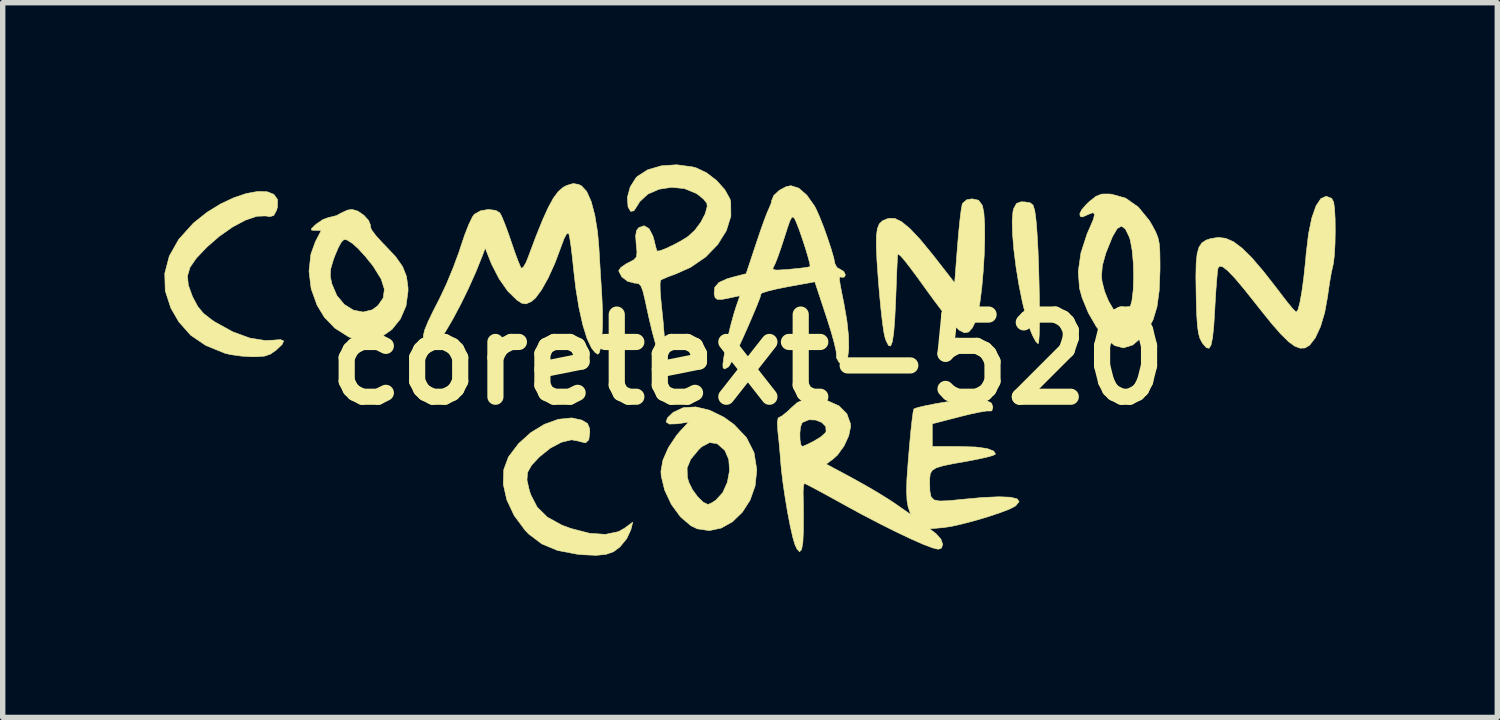
<source format=kicad_pcb>
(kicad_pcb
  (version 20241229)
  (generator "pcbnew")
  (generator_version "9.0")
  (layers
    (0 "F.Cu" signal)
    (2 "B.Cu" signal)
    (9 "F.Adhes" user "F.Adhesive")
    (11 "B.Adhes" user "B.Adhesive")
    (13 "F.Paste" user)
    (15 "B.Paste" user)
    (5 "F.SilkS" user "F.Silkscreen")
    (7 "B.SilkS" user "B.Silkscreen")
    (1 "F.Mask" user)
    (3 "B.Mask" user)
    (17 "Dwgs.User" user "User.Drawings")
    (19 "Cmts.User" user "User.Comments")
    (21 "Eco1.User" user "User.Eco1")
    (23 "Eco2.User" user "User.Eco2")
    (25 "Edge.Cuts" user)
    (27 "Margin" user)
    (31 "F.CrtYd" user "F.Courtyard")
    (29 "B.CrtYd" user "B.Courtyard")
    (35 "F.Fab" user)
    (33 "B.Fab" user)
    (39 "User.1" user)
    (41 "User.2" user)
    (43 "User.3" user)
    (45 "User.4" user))
  (footprint "coretext-520"
    (layer "F.Cu")
    (at 10.817 3.617)
    (property "Reference" "coretext-520" (at 0 0 0) (layer "F.SilkS") (effects (font (size 1.524 1.524) (thickness 0.3))))
    (attr through_hole)
    (fp_poly (pts (xy 5.141 -2.922) (xy 5.236 -2.906) (xy 5.288 -2.863) (xy 5.318 -2.768) (xy 5.334 -2.662) (xy 5.351 -2.503) (xy 5.366 -2.285) (xy 5.38 -2.024) (xy 5.391 -1.736) (xy 5.399 -1.437) (xy 5.405 -1.142) (xy 5.407 -0.868) (xy 5.407 -0.63) (xy 5.402 -0.445) (xy 5.393 -0.327) (xy 5.382 -0.293) (xy 5.339 -0.335) (xy 5.28 -0.444) (xy 5.233 -0.556) (xy 5.158 -0.792) (xy 5.088 -1.077) (xy 5.025 -1.392) (xy 4.972 -1.718) (xy 4.932 -2.036) (xy 4.908 -2.325) (xy 4.901 -2.568) (xy 4.915 -2.744) (xy 4.929 -2.8) (xy 4.982 -2.895) (xy 5.064 -2.925) (xy 5.141 -2.922)) (stroke (width 0.01) (type solid)) (fill yes) (layer "F.SilkS"))
    (fp_poly (pts (xy -3.078 1.123) (xy -2.973 1.186) (xy -2.934 1.28) (xy -2.931 1.346) (xy -2.95 1.489) (xy -3.011 1.545) (xy -3.118 1.519) (xy -3.125 1.515) (xy -3.271 1.488) (xy -3.456 1.533) (xy -3.66 1.64) (xy -3.864 1.803) (xy -3.871 1.81) (xy -4.012 1.961) (xy -4.085 2.092) (xy -4.096 2.235) (xy -4.053 2.422) (xy -4.026 2.505) (xy -3.907 2.736) (xy -3.719 2.921) (xy -3.451 3.069) (xy -3.289 3.13) (xy -2.938 3.221) (xy -2.64 3.241) (xy -2.4 3.191) (xy -2.291 3.13) (xy -2.135 3.015) (xy -2.17 3.156) (xy -2.246 3.32) (xy -2.373 3.475) (xy -2.491 3.563) (xy -2.63 3.612) (xy -2.811 3.63) (xy -3.055 3.619) (xy -3.171 3.608) (xy -3.53 3.539) (xy -3.821 3.418) (xy -4.062 3.236) (xy -4.129 3.167) (xy -4.333 2.892) (xy -4.47 2.601) (xy -4.535 2.312) (xy -4.526 2.041) (xy -4.44 1.807) (xy -4.253 1.56) (xy -4.025 1.354) (xy -3.772 1.2) (xy -3.513 1.107) (xy -3.266 1.082) (xy -3.078 1.123)) (stroke (width 0.01) (type solid)) (fill yes) (layer "F.SilkS"))
    (fp_poly (pts (xy -8.915 -3.112) (xy -8.789 -3.063) (xy -8.721 -2.968) (xy -8.722 -2.827) (xy -8.742 -2.762) (xy -8.791 -2.672) (xy -8.862 -2.65) (xy -8.943 -2.663) (xy -9.107 -2.657) (xy -9.317 -2.585) (xy -9.555 -2.458) (xy -9.804 -2.283) (xy -10.031 -2.085) (xy -10.225 -1.882) (xy -10.343 -1.711) (xy -10.391 -1.55) (xy -10.375 -1.379) (xy -10.301 -1.175) (xy -10.29 -1.152) (xy -10.2 -0.983) (xy -10.094 -0.856) (xy -9.939 -0.735) (xy -9.875 -0.693) (xy -9.551 -0.514) (xy -9.236 -0.399) (xy -8.949 -0.353) (xy -8.812 -0.359) (xy -8.665 -0.37) (xy -8.607 -0.344) (xy -8.637 -0.279) (xy -8.747 -0.175) (xy -8.851 -0.102) (xy -8.961 -0.064) (xy -9.115 -0.052) (xy -9.199 -0.052) (xy -9.4 -0.065) (xy -9.596 -0.093) (xy -9.696 -0.117) (xy -10.052 -0.262) (xy -10.332 -0.452) (xy -10.553 -0.702) (xy -10.699 -0.955) (xy -10.803 -1.274) (xy -10.812 -1.597) (xy -10.728 -1.918) (xy -10.553 -2.228) (xy -10.289 -2.521) (xy -10.266 -2.542) (xy -10.026 -2.732) (xy -9.776 -2.886) (xy -9.529 -3.002) (xy -9.296 -3.08) (xy -9.088 -3.117) (xy -8.915 -3.112)) (stroke (width 0.01) (type solid)) (fill yes) (layer "F.SilkS"))
    (fp_poly (pts (xy -0.709 0.939) (xy -0.443 1.07) (xy -0.259 1.202) (xy -0.027 1.446) (xy 0.114 1.724) (xy 0.165 2.041) (xy 0.165 2.052) (xy 0.134 2.343) (xy 0.041 2.607) (xy -0.103 2.831) (xy -0.285 3.007) (xy -0.493 3.124) (xy -0.714 3.171) (xy -0.936 3.139) (xy -1.057 3.081) (xy -1.25 2.916) (xy -1.419 2.685) (xy -1.543 2.421) (xy -1.607 2.156) (xy -1.612 2.073) (xy -1.601 2.01) (xy -1.127 2.01) (xy -1.122 2.179) (xy -1.096 2.273) (xy -1.029 2.41) (xy -0.932 2.543) (xy -0.829 2.644) (xy -0.743 2.686) (xy -0.741 2.687) (xy -0.678 2.661) (xy -0.597 2.61) (xy -0.467 2.469) (xy -0.38 2.275) (xy -0.34 2.06) (xy -0.354 1.853) (xy -0.426 1.687) (xy -0.435 1.676) (xy -0.571 1.559) (xy -0.71 1.539) (xy -0.855 1.616) (xy -0.913 1.671) (xy -1.06 1.849) (xy -1.127 2.01) (xy -1.601 2.01) (xy -1.575 1.865) (xy -1.473 1.632) (xy -1.321 1.404) (xy -1.253 1.325) (xy -1.099 1.16) (xy -1.307 1.191) (xy -1.455 1.196) (xy -1.516 1.157) (xy -1.49 1.08) (xy -1.386 0.98) (xy -1.196 0.891) (xy -0.966 0.878) (xy -0.709 0.939)) (stroke (width 0.01) (type solid)) (fill yes) (layer "F.SilkS"))
    (fp_poly (pts (xy 4.278 -2.954) (xy 4.345 -2.862) (xy 4.349 -2.854) (xy 4.376 -2.72) (xy 4.39 -2.51) (xy 4.392 -2.245) (xy 4.383 -1.948) (xy 4.364 -1.638) (xy 4.338 -1.338) (xy 4.304 -1.068) (xy 4.264 -0.85) (xy 4.224 -0.713) (xy 4.161 -0.586) (xy 4.095 -0.512) (xy 4.018 -0.496) (xy 3.923 -0.542) (xy 3.802 -0.655) (xy 3.647 -0.839) (xy 3.451 -1.1) (xy 3.345 -1.245) (xy 3.15 -1.515) (xy 3.004 -1.712) (xy 2.9 -1.845) (xy 2.832 -1.922) (xy 2.793 -1.951) (xy 2.777 -1.945) (xy 2.773 -1.893) (xy 2.767 -1.761) (xy 2.758 -1.563) (xy 2.749 -1.316) (xy 2.741 -1.103) (xy 2.724 -0.751) (xy 2.704 -0.494) (xy 2.678 -0.328) (xy 2.647 -0.251) (xy 2.608 -0.26) (xy 2.562 -0.352) (xy 2.543 -0.408) (xy 2.521 -0.51) (xy 2.495 -0.691) (xy 2.468 -0.93) (xy 2.441 -1.21) (xy 2.419 -1.473) (xy 2.394 -1.825) (xy 2.382 -2.093) (xy 2.383 -2.289) (xy 2.401 -2.426) (xy 2.437 -2.516) (xy 2.495 -2.572) (xy 2.575 -2.607) (xy 2.617 -2.619) (xy 2.724 -2.617) (xy 2.85 -2.556) (xy 3.002 -2.431) (xy 3.187 -2.236) (xy 3.412 -1.963) (xy 3.468 -1.892) (xy 3.834 -1.422) (xy 3.888 -2.115) (xy 3.91 -2.372) (xy 3.933 -2.598) (xy 3.955 -2.774) (xy 3.974 -2.879) (xy 3.979 -2.894) (xy 4.058 -2.963) (xy 4.158 -2.98) (xy 4.278 -2.954)) (stroke (width 0.01) (type solid)) (fill yes) (layer "F.SilkS"))
    (fp_poly (pts (xy -7.233 -2.753) (xy -7.122 -2.677) (xy -7.034 -2.581) (xy -6.997 -2.493) (xy -7.001 -2.471) (xy -6.98 -2.409) (xy -6.9 -2.301) (xy -6.777 -2.165) (xy -6.731 -2.119) (xy -6.532 -1.908) (xy -6.402 -1.724) (xy -6.33 -1.542) (xy -6.302 -1.338) (xy -6.301 -1.27) (xy -6.339 -0.994) (xy -6.443 -0.753) (xy -6.599 -0.559) (xy -6.793 -0.421) (xy -7.011 -0.352) (xy -7.241 -0.36) (xy -7.4 -0.419) (xy -7.659 -0.584) (xy -7.852 -0.784) (xy -7.988 -1.008) (xy -8.098 -1.315) (xy -8.126 -1.548) (xy -7.743 -1.548) (xy -7.715 -1.407) (xy -7.622 -1.188) (xy -7.483 -1.022) (xy -7.315 -0.917) (xy -7.137 -0.881) (xy -6.966 -0.922) (xy -6.861 -0.999) (xy -6.761 -1.143) (xy -6.74 -1.304) (xy -6.799 -1.493) (xy -6.941 -1.721) (xy -6.964 -1.753) (xy -7.095 -1.915) (xy -7.226 -2.058) (xy -7.33 -2.152) (xy -7.333 -2.154) (xy -7.433 -2.218) (xy -7.489 -2.226) (xy -7.536 -2.18) (xy -7.539 -2.175) (xy -7.591 -2.082) (xy -7.653 -1.938) (xy -7.685 -1.853) (xy -7.735 -1.683) (xy -7.743 -1.548) (xy -8.126 -1.548) (xy -8.137 -1.64) (xy -8.103 -1.953) (xy -8.019 -2.186) (xy -7.911 -2.393) (xy -8.022 -2.395) (xy -8.09 -2.4) (xy -8.093 -2.425) (xy -8.028 -2.489) (xy -7.996 -2.517) (xy -7.876 -2.598) (xy -7.764 -2.638) (xy -7.752 -2.639) (xy -7.626 -2.67) (xy -7.55 -2.713) (xy -7.425 -2.771) (xy -7.34 -2.784) (xy -7.233 -2.753)) (stroke (width 0.01) (type solid)) (fill yes) (layer "F.SilkS"))
    (fp_poly (pts (xy 6.744 -3.066) (xy 7.004 -2.993) (xy 7.239 -2.828) (xy 7.444 -2.578) (xy 7.5 -2.483) (xy 7.563 -2.364) (xy 7.604 -2.261) (xy 7.628 -2.148) (xy 7.639 -2.001) (xy 7.642 -1.793) (xy 7.642 -1.661) (xy 7.627 -1.281) (xy 7.586 -0.978) (xy 7.512 -0.735) (xy 7.401 -0.533) (xy 7.313 -0.422) (xy 7.137 -0.271) (xy 6.966 -0.217) (xy 6.801 -0.259) (xy 6.801 -0.259) (xy 6.629 -0.399) (xy 6.461 -0.61) (xy 6.312 -0.868) (xy 6.197 -1.148) (xy 6.149 -1.323) (xy 6.132 -1.551) (xy 6.557 -1.551) (xy 6.566 -1.455) (xy 6.613 -1.267) (xy 6.687 -1.086) (xy 6.776 -0.933) (xy 6.867 -0.828) (xy 6.947 -0.794) (xy 6.957 -0.796) (xy 7.014 -0.848) (xy 7.08 -0.95) (xy 7.083 -0.956) (xy 7.121 -1.09) (xy 7.145 -1.291) (xy 7.153 -1.533) (xy 7.147 -1.786) (xy 7.126 -2.022) (xy 7.091 -2.213) (xy 7.073 -2.271) (xy 7 -2.421) (xy 6.927 -2.474) (xy 6.85 -2.43) (xy 6.766 -2.289) (xy 6.753 -2.261) (xy 6.637 -1.973) (xy 6.573 -1.744) (xy 6.557 -1.551) (xy 6.132 -1.551) (xy 6.126 -1.631) (xy 6.175 -1.976) (xy 6.291 -2.334) (xy 6.335 -2.433) (xy 6.408 -2.603) (xy 6.429 -2.698) (xy 6.397 -2.724) (xy 6.31 -2.691) (xy 6.309 -2.69) (xy 6.206 -2.644) (xy 6.162 -2.655) (xy 6.155 -2.706) (xy 6.189 -2.776) (xy 6.276 -2.877) (xy 6.333 -2.931) (xy 6.456 -3.028) (xy 6.562 -3.069) (xy 6.7 -3.07) (xy 6.744 -3.066)) (stroke (width 0.01) (type solid)) (fill yes) (layer "F.SilkS"))
    (fp_poly (pts (xy 10.825 -2.989) (xy 10.862 -2.919) (xy 10.879 -2.795) (xy 10.889 -2.605) (xy 10.891 -2.379) (xy 10.887 -2.146) (xy 10.875 -1.937) (xy 10.857 -1.782) (xy 10.847 -1.738) (xy 10.82 -1.619) (xy 10.788 -1.437) (xy 10.757 -1.227) (xy 10.75 -1.173) (xy 10.696 -0.874) (xy 10.618 -0.612) (xy 10.522 -0.404) (xy 10.415 -0.265) (xy 10.329 -0.215) (xy 10.24 -0.211) (xy 10.141 -0.248) (xy 10.024 -0.333) (xy 9.881 -0.474) (xy 9.701 -0.68) (xy 9.478 -0.958) (xy 9.432 -1.017) (xy 9.206 -1.301) (xy 9.031 -1.509) (xy 8.899 -1.647) (xy 8.806 -1.719) (xy 8.746 -1.732) (xy 8.718 -1.699) (xy 8.707 -1.629) (xy 8.694 -1.482) (xy 8.678 -1.276) (xy 8.663 -1.03) (xy 8.658 -0.932) (xy 8.639 -0.623) (xy 8.616 -0.404) (xy 8.588 -0.269) (xy 8.551 -0.21) (xy 8.502 -0.22) (xy 8.438 -0.293) (xy 8.417 -0.325) (xy 8.381 -0.395) (xy 8.355 -0.489) (xy 8.336 -0.626) (xy 8.323 -0.821) (xy 8.314 -1.092) (xy 8.312 -1.195) (xy 8.307 -1.529) (xy 8.312 -1.78) (xy 8.33 -1.961) (xy 8.365 -2.084) (xy 8.419 -2.164) (xy 8.497 -2.215) (xy 8.575 -2.241) (xy 8.72 -2.265) (xy 8.86 -2.248) (xy 9.006 -2.184) (xy 9.164 -2.065) (xy 9.345 -1.886) (xy 9.557 -1.639) (xy 9.808 -1.318) (xy 9.891 -1.208) (xy 10.007 -1.058) (xy 10.102 -0.944) (xy 10.16 -0.885) (xy 10.169 -0.88) (xy 10.201 -0.926) (xy 10.236 -1.057) (xy 10.272 -1.26) (xy 10.308 -1.523) (xy 10.341 -1.835) (xy 10.351 -1.954) (xy 10.395 -2.327) (xy 10.457 -2.627) (xy 10.534 -2.848) (xy 10.624 -2.984) (xy 10.723 -3.028) (xy 10.825 -2.989)) (stroke (width 0.01) (type solid)) (fill yes) (layer "F.SilkS"))
    (fp_poly (pts (xy -1.029 -3.573) (xy -0.96 -3.555) (xy -0.767 -3.464) (xy -0.581 -3.321) (xy -0.427 -3.15) (xy -0.332 -2.978) (xy -0.318 -2.926) (xy -0.315 -2.659) (xy -0.399 -2.39) (xy -0.559 -2.133) (xy -0.783 -1.902) (xy -1.063 -1.71) (xy -1.332 -1.59) (xy -1.478 -1.536) (xy -1.584 -1.49) (xy -1.618 -1.471) (xy -1.628 -1.411) (xy -1.626 -1.281) (xy -1.613 -1.11) (xy -1.612 -1.099) (xy -1.571 -0.699) (xy -1.546 -0.392) (xy -1.535 -0.174) (xy -1.54 -0.042) (xy -1.561 0.008) (xy -1.598 -0.021) (xy -1.65 -0.125) (xy -1.677 -0.189) (xy -1.719 -0.317) (xy -1.772 -0.511) (xy -1.827 -0.741) (xy -1.862 -0.898) (xy -1.911 -1.126) (xy -1.948 -1.275) (xy -1.982 -1.362) (xy -2.019 -1.403) (xy -2.068 -1.416) (xy -2.101 -1.417) (xy -2.229 -1.451) (xy -2.338 -1.534) (xy -2.392 -1.637) (xy -2.393 -1.653) (xy -2.353 -1.709) (xy -2.253 -1.777) (xy -2.217 -1.795) (xy -2.115 -1.849) (xy -2.066 -1.903) (xy -2.056 -1.99) (xy -2.07 -2.131) (xy -2.081 -2.296) (xy -2.063 -2.395) (xy -2.023 -2.446) (xy -1.924 -2.481) (xy -1.833 -2.428) (xy -1.762 -2.293) (xy -1.74 -2.218) (xy -1.71 -2.094) (xy -1.688 -2.019) (xy -1.684 -2.012) (xy -1.631 -2.017) (xy -1.521 -2.059) (xy -1.379 -2.126) (xy -1.232 -2.205) (xy -1.113 -2.279) (xy -0.985 -2.395) (xy -0.872 -2.547) (xy -0.79 -2.705) (xy -0.754 -2.841) (xy -0.761 -2.899) (xy -0.82 -2.974) (xy -0.929 -3.062) (xy -0.962 -3.083) (xy -1.178 -3.171) (xy -1.415 -3.194) (xy -1.649 -3.158) (xy -1.854 -3.068) (xy -2.005 -2.929) (xy -2.042 -2.867) (xy -2.113 -2.759) (xy -2.173 -2.747) (xy -2.222 -2.831) (xy -2.234 -3.008) (xy -2.181 -3.202) (xy -2.075 -3.37) (xy -2.052 -3.394) (xy -1.859 -3.518) (xy -1.606 -3.592) (xy -1.321 -3.612) (xy -1.029 -3.573)) (stroke (width 0.01) (type solid)) (fill yes) (layer "F.SilkS"))
    (fp_poly (pts (xy -3.136 -3.246) (xy -3.083 -3.219) (xy -2.989 -3.118) (xy -2.906 -2.933) (xy -2.838 -2.677) (xy -2.787 -2.365) (xy -2.762 -2.076) (xy -2.749 -1.848) (xy -2.732 -1.569) (xy -2.714 -1.285) (xy -2.707 -1.17) (xy -2.695 -0.899) (xy -2.695 -0.641) (xy -2.706 -0.416) (xy -2.726 -0.238) (xy -2.755 -0.127) (xy -2.782 -0.098) (xy -2.835 -0.134) (xy -2.9 -0.216) (xy -2.982 -0.389) (xy -3.06 -0.641) (xy -3.131 -0.957) (xy -3.19 -1.318) (xy -3.229 -1.653) (xy -3.254 -1.893) (xy -3.279 -2.101) (xy -3.303 -2.256) (xy -3.321 -2.337) (xy -3.322 -2.339) (xy -3.356 -2.338) (xy -3.407 -2.246) (xy -3.463 -2.095) (xy -3.577 -1.79) (xy -3.7 -1.518) (xy -3.824 -1.296) (xy -3.939 -1.14) (xy -4.015 -1.076) (xy -4.114 -1.032) (xy -4.191 -1.044) (xy -4.284 -1.105) (xy -4.451 -1.268) (xy -4.613 -1.499) (xy -4.752 -1.77) (xy -4.777 -1.831) (xy -4.87 -2.067) (xy -4.923 -1.925) (xy -5.046 -1.62) (xy -5.183 -1.314) (xy -5.327 -1.02) (xy -5.47 -0.751) (xy -5.605 -0.521) (xy -5.725 -0.343) (xy -5.822 -0.23) (xy -5.883 -0.195) (xy -5.947 -0.235) (xy -5.994 -0.306) (xy -6.016 -0.374) (xy -6.016 -0.451) (xy -5.991 -0.553) (xy -5.933 -0.695) (xy -5.838 -0.893) (xy -5.707 -1.15) (xy -5.588 -1.403) (xy -5.465 -1.7) (xy -5.357 -1.991) (xy -5.323 -2.096) (xy -5.25 -2.313) (xy -5.176 -2.502) (xy -5.11 -2.639) (xy -5.074 -2.692) (xy -4.96 -2.757) (xy -4.813 -2.783) (xy -4.675 -2.766) (xy -4.599 -2.72) (xy -4.561 -2.648) (xy -4.503 -2.506) (xy -4.434 -2.319) (xy -4.392 -2.195) (xy -4.323 -1.995) (xy -4.262 -1.83) (xy -4.217 -1.722) (xy -4.201 -1.693) (xy -4.165 -1.711) (xy -4.113 -1.8) (xy -4.077 -1.889) (xy -3.93 -2.281) (xy -3.806 -2.589) (xy -3.699 -2.824) (xy -3.604 -2.997) (xy -3.515 -3.116) (xy -3.426 -3.193) (xy -3.363 -3.227) (xy -3.238 -3.264) (xy -3.136 -3.246)) (stroke (width 0.01) (type solid)) (fill yes) (layer "F.SilkS"))
    (fp_poly (pts (xy 0.944 -3.178) (xy 1.093 -3.049) (xy 1.233 -2.851) (xy 1.269 -2.784) (xy 1.331 -2.644) (xy 1.404 -2.459) (xy 1.477 -2.254) (xy 1.542 -2.057) (xy 1.59 -1.894) (xy 1.612 -1.79) (xy 1.612 -1.782) (xy 1.653 -1.705) (xy 1.71 -1.675) (xy 1.779 -1.632) (xy 1.808 -1.571) (xy 1.787 -1.529) (xy 1.746 -1.526) (xy 1.717 -1.532) (xy 1.7 -1.523) (xy 1.698 -1.482) (xy 1.711 -1.394) (xy 1.74 -1.241) (xy 1.781 -1.039) (xy 1.837 -0.713) (xy 1.867 -0.431) (xy 1.871 -0.201) (xy 1.85 -0.032) (xy 1.805 0.065) (xy 1.737 0.082) (xy 1.692 0.055) (xy 1.642 -0.035) (xy 1.642 -0.087) (xy 1.635 -0.163) (xy 1.601 -0.311) (xy 1.545 -0.511) (xy 1.472 -0.745) (xy 1.452 -0.806) (xy 1.242 -1.442) (xy 0.743 -1.351) (xy 0.537 -1.31) (xy 0.372 -1.27) (xy 0.269 -1.237) (xy 0.244 -1.22) (xy 0.225 -1.15) (xy 0.172 -1.012) (xy 0.095 -0.828) (xy 0.004 -0.616) (xy -0.094 -0.397) (xy -0.188 -0.192) (xy -0.271 -0.021) (xy -0.332 0.095) (xy -0.358 0.134) (xy -0.43 0.175) (xy -0.46 0.153) (xy -0.463 0.086) (xy -0.444 -0.053) (xy -0.409 -0.241) (xy -0.362 -0.456) (xy -0.308 -0.674) (xy -0.252 -0.874) (xy -0.213 -0.995) (xy -0.147 -1.185) (xy -0.305 -1.15) (xy -0.47 -1.117) (xy -0.564 -1.115) (xy -0.607 -1.147) (xy -0.625 -1.221) (xy -0.625 -1.225) (xy -0.613 -1.341) (xy -0.536 -1.429) (xy -0.382 -1.499) (xy -0.262 -1.533) (xy -0.032 -1.592) (xy 0.001 -1.691) (xy 0.463 -1.691) (xy 0.476 -1.666) (xy 0.545 -1.659) (xy 0.685 -1.667) (xy 0.782 -1.675) (xy 0.957 -1.692) (xy 1.089 -1.709) (xy 1.152 -1.723) (xy 1.154 -1.724) (xy 1.149 -1.776) (xy 1.118 -1.895) (xy 1.07 -2.056) (xy 1.012 -2.234) (xy 0.953 -2.404) (xy 0.9 -2.541) (xy 0.87 -2.606) (xy 0.841 -2.644) (xy 0.813 -2.635) (xy 0.777 -2.566) (xy 0.728 -2.424) (xy 0.679 -2.27) (xy 0.613 -2.067) (xy 0.551 -1.891) (xy 0.502 -1.769) (xy 0.486 -1.739) (xy 0.463 -1.691) (xy 0.001 -1.691) (xy 0.154 -2.152) (xy 0.23 -2.377) (xy 0.3 -2.575) (xy 0.356 -2.722) (xy 0.389 -2.796) (xy 0.432 -2.898) (xy 0.44 -2.946) (xy 0.481 -3.043) (xy 0.583 -3.138) (xy 0.71 -3.206) (xy 0.799 -3.224) (xy 0.944 -3.178)) (stroke (width 0.01) (type solid)) (fill yes) (layer "F.SilkS"))
    (fp_poly (pts (xy 1.483 0.766) (xy 1.691 0.86) (xy 1.835 1.004) (xy 1.902 1.19) (xy 1.905 1.244) (xy 1.87 1.414) (xy 1.782 1.604) (xy 1.662 1.77) (xy 1.582 1.843) (xy 1.452 1.938) (xy 1.935 2.197) (xy 2.171 2.328) (xy 2.412 2.469) (xy 2.623 2.6) (xy 2.719 2.664) (xy 3.02 2.873) (xy 2.972 2.734) (xy 2.951 2.617) (xy 2.943 2.44) (xy 2.948 2.237) (xy 2.949 2.213) (xy 2.972 1.895) (xy 2.997 1.597) (xy 3.021 1.336) (xy 3.044 1.125) (xy 3.063 0.98) (xy 3.078 0.917) (xy 3.079 0.915) (xy 3.151 0.889) (xy 3.292 0.856) (xy 3.478 0.819) (xy 3.68 0.785) (xy 3.874 0.758) (xy 3.992 0.746) (xy 4.25 0.736) (xy 4.423 0.756) (xy 4.518 0.809) (xy 4.543 0.883) (xy 4.524 0.95) (xy 4.496 0.954) (xy 4.432 0.953) (xy 4.295 0.975) (xy 4.107 1.015) (xy 3.934 1.058) (xy 3.419 1.191) (xy 3.419 1.612) (xy 3.911 1.612) (xy 4.221 1.621) (xy 4.437 1.65) (xy 4.559 1.697) (xy 4.592 1.753) (xy 4.547 1.777) (xy 4.425 1.811) (xy 4.247 1.85) (xy 4.091 1.88) (xy 3.814 1.929) (xy 3.619 1.969) (xy 3.492 2.008) (xy 3.418 2.055) (xy 3.382 2.116) (xy 3.372 2.201) (xy 3.371 2.282) (xy 3.375 2.44) (xy 3.396 2.544) (xy 3.451 2.602) (xy 3.556 2.623) (xy 3.727 2.617) (xy 3.952 2.594) (xy 4.346 2.558) (xy 4.651 2.544) (xy 4.868 2.552) (xy 4.994 2.583) (xy 5.029 2.635) (xy 4.969 2.708) (xy 4.954 2.72) (xy 4.85 2.773) (xy 4.675 2.84) (xy 4.455 2.913) (xy 4.214 2.985) (xy 3.977 3.047) (xy 3.77 3.094) (xy 3.628 3.115) (xy 3.372 3.138) (xy 3.493 3.233) (xy 3.58 3.331) (xy 3.613 3.428) (xy 3.588 3.498) (xy 3.529 3.517) (xy 3.429 3.493) (xy 3.257 3.428) (xy 3.027 3.327) (xy 2.751 3.196) (xy 2.443 3.042) (xy 2.115 2.871) (xy 1.794 2.696) (xy 1.555 2.564) (xy 1.346 2.45) (xy 1.182 2.362) (xy 1.078 2.309) (xy 1.047 2.296) (xy 1.032 2.34) (xy 1.025 2.451) (xy 1.026 2.528) (xy 1.03 2.692) (xy 1.031 2.91) (xy 1.03 3.138) (xy 1.03 3.163) (xy 1.02 3.389) (xy 0.996 3.523) (xy 0.958 3.564) (xy 0.909 3.51) (xy 0.873 3.431) (xy 0.833 3.296) (xy 0.786 3.089) (xy 0.737 2.835) (xy 0.691 2.559) (xy 0.651 2.287) (xy 0.622 2.043) (xy 0.613 1.947) (xy 0.595 1.723) (xy 0.574 1.495) (xy 0.56 1.367) (xy 0.964 1.367) (xy 0.967 1.49) (xy 0.984 1.583) (xy 1.009 1.612) (xy 1.061 1.592) (xy 1.168 1.541) (xy 1.225 1.512) (xy 1.351 1.435) (xy 1.436 1.36) (xy 1.45 1.337) (xy 1.445 1.242) (xy 1.372 1.167) (xy 1.258 1.121) (xy 1.132 1.116) (xy 1.022 1.161) (xy 1.003 1.178) (xy 0.976 1.25) (xy 0.964 1.367) (xy 0.56 1.367) (xy 0.556 1.331) (xy 0.546 1.169) (xy 0.561 1.084) (xy 0.576 1.075) (xy 0.636 1.043) (xy 0.736 0.961) (xy 0.796 0.904) (xy 0.913 0.8) (xy 1.019 0.749) (xy 1.161 0.733) (xy 1.223 0.733) (xy 1.483 0.766)) (stroke (width 0.01) (type solid)) (fill yes) (layer "F.SilkS")))
  (gr_rect
    (start -3 -3)
    (end 24.713 10.252)
    (stroke (width 0.1) (type default))
    (fill no)
    (layer "Edge.Cuts")))
</source>
